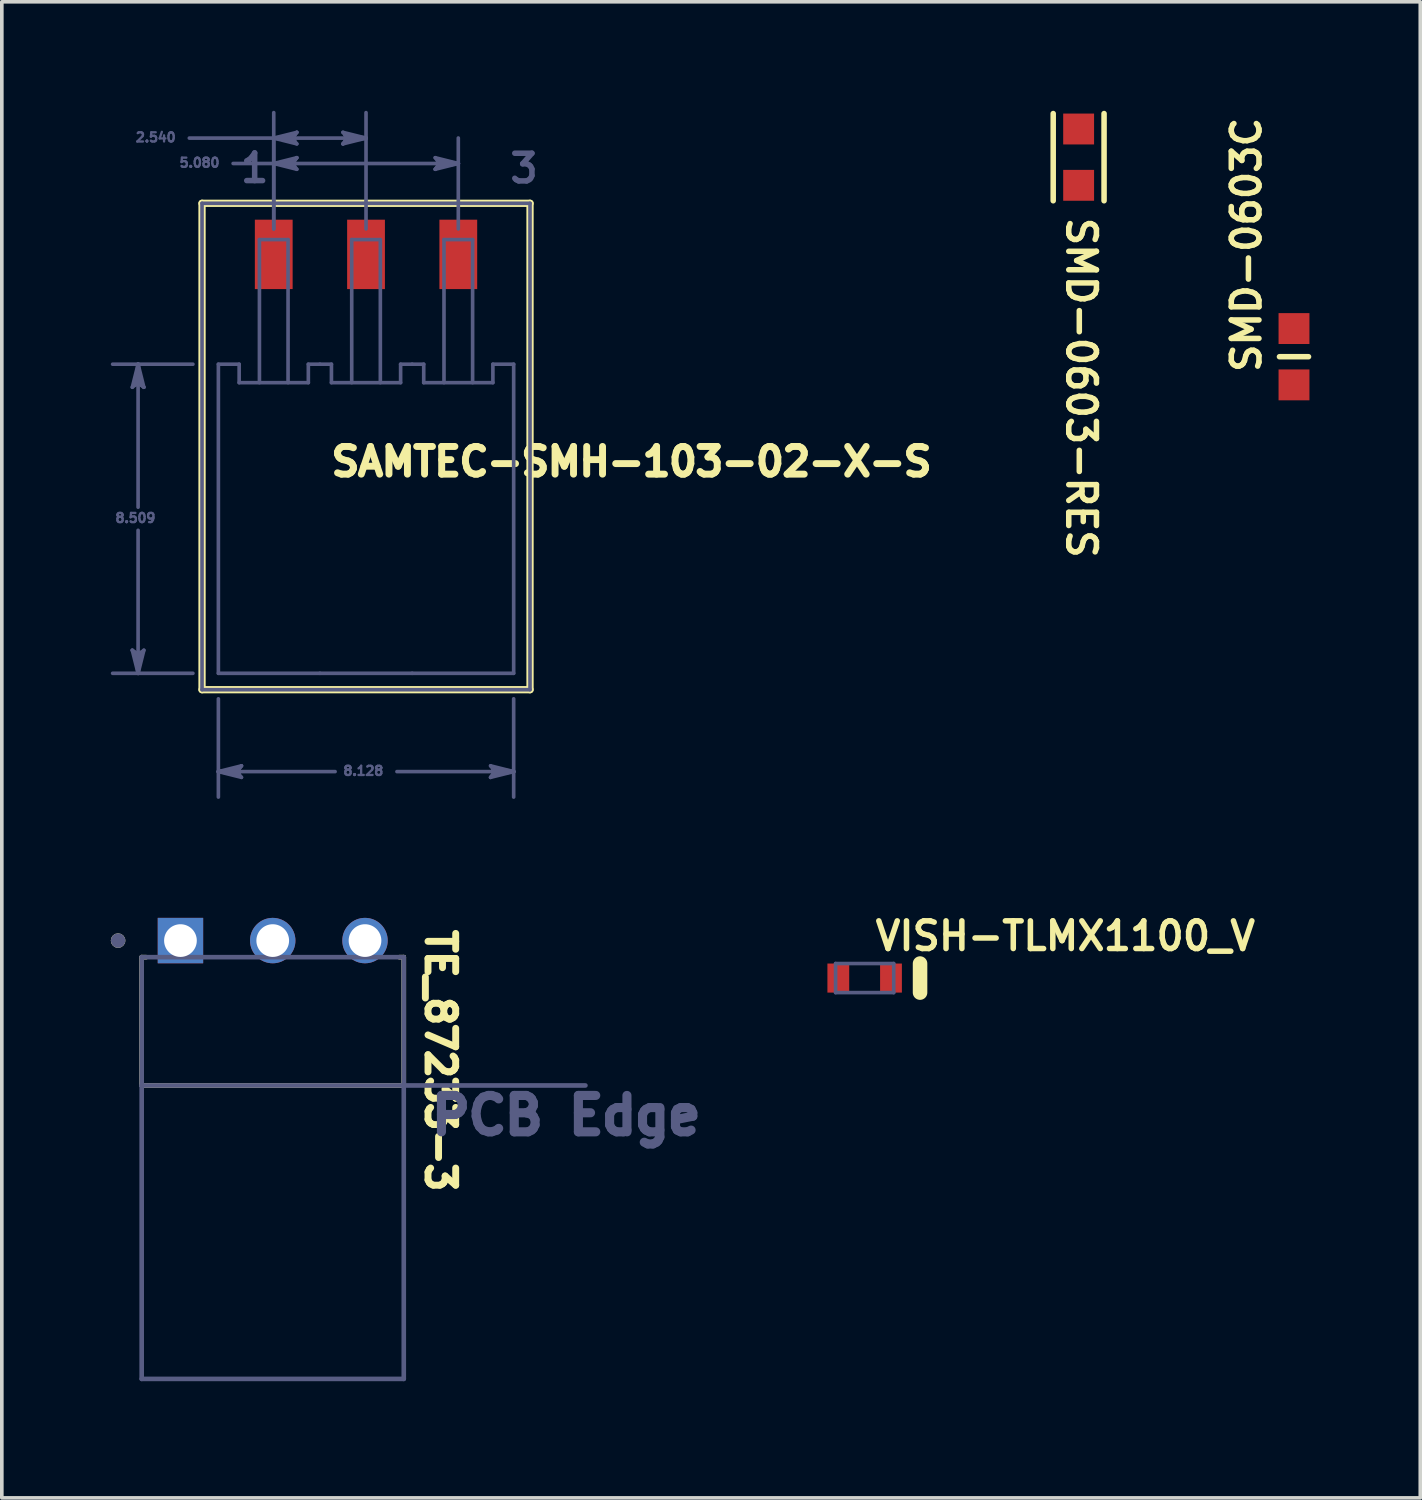
<source format=kicad_pcb>
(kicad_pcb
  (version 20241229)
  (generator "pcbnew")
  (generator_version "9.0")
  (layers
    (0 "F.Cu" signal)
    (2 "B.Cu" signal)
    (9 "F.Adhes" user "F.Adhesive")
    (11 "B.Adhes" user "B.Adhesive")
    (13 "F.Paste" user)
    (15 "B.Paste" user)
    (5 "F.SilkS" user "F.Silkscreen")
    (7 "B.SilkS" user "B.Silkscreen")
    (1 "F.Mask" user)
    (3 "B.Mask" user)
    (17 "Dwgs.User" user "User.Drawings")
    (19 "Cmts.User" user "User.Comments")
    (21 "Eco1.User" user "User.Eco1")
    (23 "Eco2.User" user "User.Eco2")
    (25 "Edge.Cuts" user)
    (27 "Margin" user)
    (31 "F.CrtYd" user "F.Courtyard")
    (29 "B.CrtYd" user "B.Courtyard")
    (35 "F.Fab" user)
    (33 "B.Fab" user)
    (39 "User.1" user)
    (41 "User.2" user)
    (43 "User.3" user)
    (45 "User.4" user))
  (footprint "SAMTEC-SMH-103-02-X-S"
    (layer "F.Cu")
    (at 7.025 11.229)
    (property "Reference" "SAMTEC-SMH-103-02-X-S" (at -1.054 -1.125 0) (unlocked yes) (layer "F.SilkS") (effects (font (size 0.762 0.762) (thickness 0.203)) (justify left bottom)))
    (fp_line (start -4.514 4.705) (end -4.514 -8.683) (stroke (width 0.2) (type solid)) (layer "F.SilkS"))
    (fp_line (start 4.514 -8.683) (end -4.514 -8.683) (stroke (width 0.2) (type solid)) (layer "F.SilkS"))
    (fp_line (start 4.514 4.705) (end -4.514 4.705) (stroke (width 0.2) (type solid)) (layer "F.SilkS"))
    (fp_line (start 4.514 4.705) (end 4.514 -8.683) (stroke (width 0.2) (type solid)) (layer "F.SilkS"))
    (fp_line (start -6.433 -3.62) (end -6.274 -4.254) (stroke (width 0.1) (type solid)) (layer "B.Fab"))
    (fp_line (start -6.433 -3.62) (end -6.274 -3.746) (stroke (width 0.1) (type solid)) (layer "B.Fab"))
    (fp_line (start -6.353 -3.683) (end -6.274 -4.254) (stroke (width 0.1) (type solid)) (layer "B.Fab"))
    (fp_line (start -6.353 -3.683) (end -6.274 -3.746) (stroke (width 0.1) (type solid)) (layer "B.Fab"))
    (fp_line (start -6.353 3.683) (end -6.433 3.62) (stroke (width 0.1) (type solid)) (layer "B.Fab"))
    (fp_line (start -6.274 -3.746) (end -6.274 -4.254) (stroke (width 0.1) (type solid)) (layer "B.Fab"))
    (fp_line (start -6.274 -0.318) (end -6.274 -4.254) (stroke (width 0.1) (type solid)) (layer "B.Fab"))
    (fp_line (start -6.274 3.746) (end -6.433 3.62) (stroke (width 0.1) (type solid)) (layer "B.Fab"))
    (fp_line (start -6.274 3.746) (end -6.194 3.683) (stroke (width 0.1) (type solid)) (layer "B.Fab"))
    (fp_line (start -6.274 3.746) (end -6.115 3.62) (stroke (width 0.1) (type solid)) (layer "B.Fab"))
    (fp_line (start -6.274 4.254) (end -6.433 3.62) (stroke (width 0.1) (type solid)) (layer "B.Fab"))
    (fp_line (start -6.274 4.254) (end -6.353 3.683) (stroke (width 0.1) (type solid)) (layer "B.Fab"))
    (fp_line (start -6.274 4.254) (end -6.274 0.318) (stroke (width 0.1) (type solid)) (layer "B.Fab"))
    (fp_line (start -6.274 4.254) (end -6.274 3.746) (stroke (width 0.1) (type solid)) (layer "B.Fab"))
    (fp_line (start -6.274 4.254) (end -6.194 3.683) (stroke (width 0.1) (type solid)) (layer "B.Fab"))
    (fp_line (start -6.274 4.254) (end -6.115 3.62) (stroke (width 0.1) (type solid)) (layer "B.Fab"))
    (fp_line (start -6.194 -3.683) (end -6.274 -4.254) (stroke (width 0.1) (type solid)) (layer "B.Fab"))
    (fp_line (start -6.115 -3.62) (end -6.274 -4.254) (stroke (width 0.1) (type solid)) (layer "B.Fab"))
    (fp_line (start -6.115 -3.62) (end -6.274 -3.746) (stroke (width 0.1) (type solid)) (layer "B.Fab"))
    (fp_line (start -6.115 -3.62) (end -6.194 -3.683) (stroke (width 0.1) (type solid)) (layer "B.Fab"))
    (fp_line (start -4.765 -4.254) (end -6.975 -4.254) (stroke (width 0.1) (type solid)) (layer "B.Fab"))
    (fp_line (start -4.765 4.254) (end -6.975 4.254) (stroke (width 0.1) (type solid)) (layer "B.Fab"))
    (fp_line (start -4.514 4.705) (end -4.514 -8.683) (stroke (width 0.1) (type solid)) (layer "B.Fab"))
    (fp_line (start -4.064 4.254) (end -4.064 -4.254) (stroke (width 0.1) (type solid)) (layer "B.Fab"))
    (fp_line (start -4.064 6.96) (end -3.492 6.88) (stroke (width 0.1) (type solid)) (layer "B.Fab"))
    (fp_line (start -4.064 6.96) (end -3.429 6.801) (stroke (width 0.1) (type solid)) (layer "B.Fab"))
    (fp_line (start -4.064 7.661) (end -4.064 4.956) (stroke (width 0.1) (type solid)) (layer "B.Fab"))
    (fp_line (start -3.556 6.96) (end -4.064 6.96) (stroke (width 0.1) (type solid)) (layer "B.Fab"))
    (fp_line (start -3.556 6.96) (end -3.429 6.801) (stroke (width 0.1) (type solid)) (layer "B.Fab"))
    (fp_line (start -3.492 -4.254) (end -4.064 -4.254) (stroke (width 0.1) (type solid)) (layer "B.Fab"))
    (fp_line (start -3.492 -3.746) (end -3.492 -4.254) (stroke (width 0.1) (type solid)) (layer "B.Fab"))
    (fp_line (start -3.492 6.88) (end -3.429 6.801) (stroke (width 0.1) (type solid)) (layer "B.Fab"))
    (fp_line (start -3.492 7.039) (end -4.064 6.96) (stroke (width 0.1) (type solid)) (layer "B.Fab"))
    (fp_line (start -3.492 7.039) (end -3.556 6.96) (stroke (width 0.1) (type solid)) (layer "B.Fab"))
    (fp_line (start -3.429 7.118) (end -4.064 6.96) (stroke (width 0.1) (type solid)) (layer "B.Fab"))
    (fp_line (start -3.429 7.118) (end -3.556 6.96) (stroke (width 0.1) (type solid)) (layer "B.Fab"))
    (fp_line (start -2.934 -3.746) (end -2.934 -7.684) (stroke (width 0.1) (type solid)) (layer "B.Fab"))
    (fp_line (start -2.54 -10.478) (end -4.864 -10.478) (stroke (width 0.1) (type solid)) (layer "B.Fab"))
    (fp_line (start -2.54 -10.478) (end -1.968 -10.557) (stroke (width 0.1) (type solid)) (layer "B.Fab"))
    (fp_line (start -2.54 -10.478) (end -1.905 -10.636) (stroke (width 0.1) (type solid)) (layer "B.Fab"))
    (fp_line (start -2.54 -9.779) (end -3.658 -9.779) (stroke (width 0.1) (type solid)) (layer "B.Fab"))
    (fp_line (start -2.54 -9.779) (end -1.968 -9.858) (stroke (width 0.1) (type solid)) (layer "B.Fab"))
    (fp_line (start -2.54 -9.779) (end -1.905 -9.938) (stroke (width 0.1) (type solid)) (layer "B.Fab"))
    (fp_line (start -2.54 -7.978) (end -2.54 -11.179) (stroke (width 0.1) (type solid)) (layer "B.Fab"))
    (fp_line (start -2.54 -7.978) (end -2.54 -10.48) (stroke (width 0.1) (type solid)) (layer "B.Fab"))
    (fp_line (start -2.146 -7.684) (end -2.934 -7.684) (stroke (width 0.1) (type solid)) (layer "B.Fab"))
    (fp_line (start -2.146 -3.746) (end -2.146 -7.684) (stroke (width 0.1) (type solid)) (layer "B.Fab"))
    (fp_line (start -2.032 -10.478) (end -2.54 -10.478) (stroke (width 0.1) (type solid)) (layer "B.Fab"))
    (fp_line (start -2.032 -10.478) (end -1.905 -10.636) (stroke (width 0.1) (type solid)) (layer "B.Fab"))
    (fp_line (start -2.032 -9.779) (end -2.54 -9.779) (stroke (width 0.1) (type solid)) (layer "B.Fab"))
    (fp_line (start -2.032 -9.779) (end -1.905 -9.938) (stroke (width 0.1) (type solid)) (layer "B.Fab"))
    (fp_line (start -1.968 -10.557) (end -1.905 -10.636) (stroke (width 0.1) (type solid)) (layer "B.Fab"))
    (fp_line (start -1.968 -10.398) (end -2.54 -10.478) (stroke (width 0.1) (type solid)) (layer "B.Fab"))
    (fp_line (start -1.968 -10.398) (end -2.032 -10.478) (stroke (width 0.1) (type solid)) (layer "B.Fab"))
    (fp_line (start -1.968 -9.858) (end -1.905 -9.938) (stroke (width 0.1) (type solid)) (layer "B.Fab"))
    (fp_line (start -1.968 -9.7) (end -2.54 -9.779) (stroke (width 0.1) (type solid)) (layer "B.Fab"))
    (fp_line (start -1.968 -9.7) (end -2.032 -9.779) (stroke (width 0.1) (type solid)) (layer "B.Fab"))
    (fp_line (start -1.905 -10.319) (end -2.54 -10.478) (stroke (width 0.1) (type solid)) (layer "B.Fab"))
    (fp_line (start -1.905 -10.319) (end -2.032 -10.478) (stroke (width 0.1) (type solid)) (layer "B.Fab"))
    (fp_line (start -1.905 -9.62) (end -2.54 -9.779) (stroke (width 0.1) (type solid)) (layer "B.Fab"))
    (fp_line (start -1.905 -9.62) (end -2.032 -9.779) (stroke (width 0.1) (type solid)) (layer "B.Fab"))
    (fp_line (start -1.588 -3.746) (end -3.492 -3.746) (stroke (width 0.1) (type solid)) (layer "B.Fab"))
    (fp_line (start -1.588 -3.746) (end -1.588 -4.254) (stroke (width 0.1) (type solid)) (layer "B.Fab"))
    (fp_line (start -1.27 -4.254) (end -1.588 -4.254) (stroke (width 0.1) (type solid)) (layer "B.Fab"))
    (fp_line (start -1.27 4.254) (end -4.064 4.254) (stroke (width 0.1) (type solid)) (layer "B.Fab"))
    (fp_line (start -0.952 -4.254) (end -1.27 -4.254) (stroke (width 0.1) (type solid)) (layer "B.Fab"))
    (fp_line (start -0.952 -3.746) (end -0.952 -4.254) (stroke (width 0.1) (type solid)) (layer "B.Fab"))
    (fp_line (start -0.851 6.96) (end -4.064 6.96) (stroke (width 0.1) (type solid)) (layer "B.Fab"))
    (fp_line (start -0.635 -10.319) (end -0.572 -10.398) (stroke (width 0.1) (type solid)) (layer "B.Fab"))
    (fp_line (start -0.635 -10.319) (end -0.508 -10.478) (stroke (width 0.1) (type solid)) (layer "B.Fab"))
    (fp_line (start -0.635 -10.319) (end 0 -10.478) (stroke (width 0.1) (type solid)) (layer "B.Fab"))
    (fp_line (start -0.572 -10.398) (end 0 -10.478) (stroke (width 0.1) (type solid)) (layer "B.Fab"))
    (fp_line (start -0.508 -10.478) (end -0.635 -10.636) (stroke (width 0.1) (type solid)) (layer "B.Fab"))
    (fp_line (start -0.508 -10.478) (end -0.572 -10.557) (stroke (width 0.1) (type solid)) (layer "B.Fab"))
    (fp_line (start -0.394 -3.746) (end -0.394 -7.684) (stroke (width 0.1) (type solid)) (layer "B.Fab"))
    (fp_line (start 0 -10.478) (end -2.54 -10.478) (stroke (width 0.1) (type solid)) (layer "B.Fab"))
    (fp_line (start 0 -10.478) (end -0.635 -10.636) (stroke (width 0.1) (type solid)) (layer "B.Fab"))
    (fp_line (start 0 -10.478) (end -0.572 -10.557) (stroke (width 0.1) (type solid)) (layer "B.Fab"))
    (fp_line (start 0 -10.478) (end -0.508 -10.478) (stroke (width 0.1) (type solid)) (layer "B.Fab"))
    (fp_line (start 0 -7.978) (end 0 -11.179) (stroke (width 0.1) (type solid)) (layer "B.Fab"))
    (fp_line (start 0.394 -7.684) (end -0.394 -7.684) (stroke (width 0.1) (type solid)) (layer "B.Fab"))
    (fp_line (start 0.394 -3.746) (end 0.394 -7.684) (stroke (width 0.1) (type solid)) (layer "B.Fab"))
    (fp_line (start 0.952 -3.746) (end -0.952 -3.746) (stroke (width 0.1) (type solid)) (layer "B.Fab"))
    (fp_line (start 0.952 -3.746) (end 0.952 -4.254) (stroke (width 0.1) (type solid)) (layer "B.Fab"))
    (fp_line (start 1.27 -4.254) (end 0.952 -4.254) (stroke (width 0.1) (type solid)) (layer "B.Fab"))
    (fp_line (start 1.27 4.254) (end -1.27 4.254) (stroke (width 0.1) (type solid)) (layer "B.Fab"))
    (fp_line (start 1.588 -4.254) (end 1.27 -4.254) (stroke (width 0.1) (type solid)) (layer "B.Fab"))
    (fp_line (start 1.588 -3.746) (end 1.588 -4.254) (stroke (width 0.1) (type solid)) (layer "B.Fab"))
    (fp_line (start 1.905 -9.62) (end 1.968 -9.7) (stroke (width 0.1) (type solid)) (layer "B.Fab"))
    (fp_line (start 1.905 -9.62) (end 2.032 -9.779) (stroke (width 0.1) (type solid)) (layer "B.Fab"))
    (fp_line (start 1.905 -9.62) (end 2.54 -9.779) (stroke (width 0.1) (type solid)) (layer "B.Fab"))
    (fp_line (start 1.968 -9.7) (end 2.54 -9.779) (stroke (width 0.1) (type solid)) (layer "B.Fab"))
    (fp_line (start 2.032 -9.779) (end 1.905 -9.938) (stroke (width 0.1) (type solid)) (layer "B.Fab"))
    (fp_line (start 2.032 -9.779) (end 1.968 -9.858) (stroke (width 0.1) (type solid)) (layer "B.Fab"))
    (fp_line (start 2.146 -3.746) (end 2.146 -7.684) (stroke (width 0.1) (type solid)) (layer "B.Fab"))
    (fp_line (start 2.54 -9.779) (end -2.54 -9.779) (stroke (width 0.1) (type solid)) (layer "B.Fab"))
    (fp_line (start 2.54 -9.779) (end 1.905 -9.938) (stroke (width 0.1) (type solid)) (layer "B.Fab"))
    (fp_line (start 2.54 -9.779) (end 1.968 -9.858) (stroke (width 0.1) (type solid)) (layer "B.Fab"))
    (fp_line (start 2.54 -9.779) (end 2.032 -9.779) (stroke (width 0.1) (type solid)) (layer "B.Fab"))
    (fp_line (start 2.54 -7.978) (end 2.54 -10.48) (stroke (width 0.1) (type solid)) (layer "B.Fab"))
    (fp_line (start 2.934 -7.684) (end 2.146 -7.684) (stroke (width 0.1) (type solid)) (layer "B.Fab"))
    (fp_line (start 2.934 -3.746) (end 2.934 -7.684) (stroke (width 0.1) (type solid)) (layer "B.Fab"))
    (fp_line (start 3.429 7.118) (end 3.492 7.039) (stroke (width 0.1) (type solid)) (layer "B.Fab"))
    (fp_line (start 3.429 7.118) (end 3.556 6.96) (stroke (width 0.1) (type solid)) (layer "B.Fab"))
    (fp_line (start 3.429 7.118) (end 4.064 6.96) (stroke (width 0.1) (type solid)) (layer "B.Fab"))
    (fp_line (start 3.492 -3.746) (end 1.588 -3.746) (stroke (width 0.1) (type solid)) (layer "B.Fab"))
    (fp_line (start 3.492 -3.746) (end 3.492 -4.254) (stroke (width 0.1) (type solid)) (layer "B.Fab"))
    (fp_line (start 3.492 7.039) (end 4.064 6.96) (stroke (width 0.1) (type solid)) (layer "B.Fab"))
    (fp_line (start 3.556 6.96) (end 3.429 6.801) (stroke (width 0.1) (type solid)) (layer "B.Fab"))
    (fp_line (start 3.556 6.96) (end 3.492 6.88) (stroke (width 0.1) (type solid)) (layer "B.Fab"))
    (fp_line (start 4.064 -4.254) (end 3.492 -4.254) (stroke (width 0.1) (type solid)) (layer "B.Fab"))
    (fp_line (start 4.064 4.254) (end 1.27 4.254) (stroke (width 0.1) (type solid)) (layer "B.Fab"))
    (fp_line (start 4.064 4.254) (end 4.064 -4.254) (stroke (width 0.1) (type solid)) (layer "B.Fab"))
    (fp_line (start 4.064 6.96) (end 0.851 6.96) (stroke (width 0.1) (type solid)) (layer "B.Fab"))
    (fp_line (start 4.064 6.96) (end 3.429 6.801) (stroke (width 0.1) (type solid)) (layer "B.Fab"))
    (fp_line (start 4.064 6.96) (end 3.492 6.88) (stroke (width 0.1) (type solid)) (layer "B.Fab"))
    (fp_line (start 4.064 6.96) (end 3.556 6.96) (stroke (width 0.1) (type solid)) (layer "B.Fab"))
    (fp_line (start 4.064 7.661) (end 4.064 4.956) (stroke (width 0.1) (type solid)) (layer "B.Fab"))
    (fp_line (start 4.514 -8.683) (end -4.514 -8.683) (stroke (width 0.1) (type solid)) (layer "B.Fab"))
    (fp_line (start 4.514 4.705) (end -4.514 4.705) (stroke (width 0.1) (type solid)) (layer "B.Fab"))
    (fp_line (start 4.514 4.705) (end 4.514 -8.683) (stroke (width 0.1) (type solid)) (layer "B.Fab"))
    (fp_text user "8.509" (at -6.934 0.127 0) (unlocked yes) (layer "B.Fab") (effects (font (size 0.254 0.254) (thickness 0.254)) (justify left bottom)))
    (fp_text user "2.540" (at -6.375 -10.35 0) (unlocked yes) (layer "B.Fab") (effects (font (size 0.254 0.254) (thickness 0.254)) (justify left bottom)))
    (fp_text user "1" (at -3.528 -9.207 0) (unlocked yes) (layer "B.Fab") (effects (font (size 0.762 0.762) (thickness 0.152)) (justify left bottom)))
    (fp_text user "5.080" (at -5.169 -9.652 0) (unlocked yes) (layer "B.Fab") (effects (font (size 0.254 0.254) (thickness 0.254)) (justify left bottom)))
    (fp_text user "8.128" (at -0.66 7.087 0) (unlocked yes) (layer "B.Fab") (effects (font (size 0.254 0.254) (thickness 0.254)) (justify left bottom)))
    (fp_text user "3" (at 3.886 -9.198 0) (unlocked yes) (layer "B.Fab") (effects (font (size 0.762 0.762) (thickness 0.152)) (justify left bottom)))
    (pad "1" smd rect (at -2.54 -7.277) (size 1.04 1.91) (layers "F.Cu" "F.Mask" "F.Paste"))
    (pad "2" smd rect (at 0 -7.277) (size 1.04 1.91) (layers "F.Cu" "F.Mask" "F.Paste"))
    (pad "3" smd rect (at 2.54 -7.277) (size 1.04 1.91) (layers "F.Cu" "F.Mask" "F.Paste")))
  (footprint "TE_87233-3"
    (layer "F.Cu")
    (at 1.917 22.84)
    (property "Reference" "TE_87233-3" (at 6.711 -0.395 270) (unlocked yes) (layer "F.SilkS") (effects (font (size 0.762 0.762) (thickness 0.203)) (justify left bottom)))
    (fp_line (start -1.067 0.457) (end -1.067 3.988) (stroke (width 0.127) (type solid)) (layer "F.SilkS"))
    (fp_line (start -1.067 0.457) (end -0.945 0.457) (stroke (width 0.127) (type solid)) (layer "F.SilkS"))
    (fp_line (start -1.067 3.988) (end 6.147 3.988) (stroke (width 0.127) (type solid)) (layer "F.SilkS"))
    (fp_line (start 6.025 0.457) (end 6.147 0.457) (stroke (width 0.127) (type solid)) (layer "F.SilkS"))
    (fp_line (start 6.147 0.457) (end 6.147 3.988) (stroke (width 0.127) (type solid)) (layer "F.SilkS"))
    (fp_circle (center -1.717 0) (end -1.617 0) (stroke (width 0.2) (type solid)) (fill no) (layer "F.SilkS"))
    (fp_line (start -1.317 -0.875) (end -1.317 12.315) (stroke (width 0.05) (type solid)) (layer "Eco1.User"))
    (fp_line (start -1.317 -0.875) (end 6.397 -0.875) (stroke (width 0.05) (type solid)) (layer "Eco1.User"))
    (fp_line (start -1.317 12.315) (end 6.397 12.315) (stroke (width 0.05) (type solid)) (layer "Eco1.User"))
    (fp_line (start 6.397 -0.875) (end 6.397 12.315) (stroke (width 0.05) (type solid)) (layer "Eco1.User"))
    (fp_line (start -1.067 0.457) (end -1.067 3.988) (stroke (width 0.127) (type solid)) (layer "B.Fab"))
    (fp_line (start -1.067 0.457) (end 6.147 0.457) (stroke (width 0.127) (type solid)) (layer "B.Fab"))
    (fp_line (start -1.067 3.988) (end -1.067 12.065) (stroke (width 0.127) (type solid)) (layer "B.Fab"))
    (fp_line (start -1.067 3.988) (end 6.147 3.988) (stroke (width 0.127) (type solid)) (layer "B.Fab"))
    (fp_line (start -1.067 12.065) (end 6.147 12.065) (stroke (width 0.127) (type solid)) (layer "B.Fab"))
    (fp_line (start 6.147 0.457) (end 6.147 3.988) (stroke (width 0.127) (type solid)) (layer "B.Fab"))
    (fp_line (start 6.147 3.988) (end 6.147 12.065) (stroke (width 0.127) (type solid)) (layer "B.Fab"))
    (fp_line (start 6.147 3.988) (end 11.147 3.988) (stroke (width 0.127) (type solid)) (layer "B.Fab"))
    (fp_circle (center -1.717 0) (end -1.617 0) (stroke (width 0.2) (type solid)) (fill no) (layer "B.Fab"))
    (fp_text user "PCB Edge" (at 6.781 5.4 0) (unlocked yes) (layer "B.Fab") (effects (font (size 1.002 1.002) (thickness 0.254)) (justify left bottom)))
    (pad "1" thru_hole rect (at 0 0) (size 1.25 1.25) (drill 0.9) (layers "*.Cu" "*.Mask"))
    (pad "2" thru_hole circle (at 2.54 0) (size 1.25 1.25) (drill 0.9) (layers "*.Cu" "*.Mask"))
    (pad "3" thru_hole circle (at 5.08 0) (size 1.25 1.25) (drill 0.9) (layers "*.Cu" "*.Mask")))
  (footprint "SMD-0603C"
    (layer "F.Cu")
    (at 32.568 6.769)
    (property "Reference" "SMD-0603C" (at -0.863 0.503 90) (unlocked yes) (layer "F.SilkS") (effects (font (size 0.762 0.762) (thickness 0.152)) (justify left bottom)))
    (fp_line (start -0.4 -0.00012) (end 0.4 -0.00012) (stroke (width 0.152) (type solid)) (layer "F.SilkS"))
    (pad "1" smd rect (at 0 -0.775 270) (size 0.85 0.85) (layers "F.Cu" "F.Mask" "F.Paste"))
    (pad "2" smd rect (at 0 0.775 270) (size 0.85 0.85) (layers "F.Cu" "F.Mask" "F.Paste")))
  (footprint "VISH-TLMX1100_V"
    (layer "F.Cu")
    (at 20.75 23.872)
    (property "Reference" "VISH-TLMX1100_V" (at 0.217 -0.712 0) (unlocked yes) (layer "F.SilkS") (effects (font (size 0.762 0.762) (thickness 0.152)) (justify left bottom)))
    (fp_line (start 1.525 -0.4) (end 1.525 0.4) (stroke (width 0.4) (type solid)) (layer "F.SilkS"))
    (fp_line (start -1.125 -0.5) (end -1.125 0.5) (stroke (width 0.05) (type solid)) (layer "Eco1.User"))
    (fp_line (start -1.125 -0.5) (end 1.125 -0.5) (stroke (width 0.05) (type solid)) (layer "Eco1.User"))
    (fp_line (start -1.125 0.5) (end 1.125 0.5) (stroke (width 0.05) (type solid)) (layer "Eco1.User"))
    (fp_line (start -0.25 0) (end 0.25 0) (stroke (width 0.1) (type solid)) (layer "Eco1.User"))
    (fp_line (start 0 -0.25) (end 0 0.25) (stroke (width 0.1) (type solid)) (layer "Eco1.User"))
    (fp_line (start 1.125 -0.5) (end 1.125 0.5) (stroke (width 0.05) (type solid)) (layer "Eco1.User"))
    (fp_line (start -0.8 -0.4) (end -0.8 0.4) (stroke (width 0.1) (type solid)) (layer "B.Fab"))
    (fp_line (start -0.8 0.4) (end 0.8 0.4) (stroke (width 0.1) (type solid)) (layer "B.Fab"))
    (fp_line (start -0.8 -0.4) (end 0.8 -0.4) (stroke (width 0.1) (type solid)) (layer "B.Fab"))
    (fp_line (start 0.8 -0.4) (end 0.8 0.4) (stroke (width 0.1) (type solid)) (layer "B.Fab"))
    (pad "1" smd rect (at -0.725 0) (size 0.6 0.8) (layers "F.Cu" "F.Mask" "F.Paste"))
    (pad "2" smd rect (at 0.725 0 180) (size 0.6 0.8) (layers "F.Cu" "F.Mask" "F.Paste")))
  (footprint "SMD-0603-RES"
    (layer "F.Cu")
    (at 26.64 1.276)
    (property "Reference" "SMD-0603-RES" (at -0.373 1.584 270) (unlocked yes) (layer "F.SilkS") (effects (font (size 0.762 0.762) (thickness 0.152)) (justify left bottom)))
    (fp_line (start -0.7 -1.2) (end -0.7 1.2) (stroke (width 0.152) (type solid)) (layer "F.SilkS"))
    (fp_line (start 0.7 -1.2) (end 0.7 1.2) (stroke (width 0.152) (type solid)) (layer "F.SilkS"))
    (pad "1" smd rect (at 0 -0.775 270) (size 0.85 0.85) (layers "F.Cu" "F.Mask" "F.Paste"))
    (pad "2" smd rect (at 0 0.775 270) (size 0.85 0.85) (layers "F.Cu" "F.Mask" "F.Paste")))
  (gr_rect
    (start -3 -3)
    (end 36.044 38.18)
    (stroke (width 0.1) (type default))
    (fill no)
    (layer "Edge.Cuts")))
</source>
